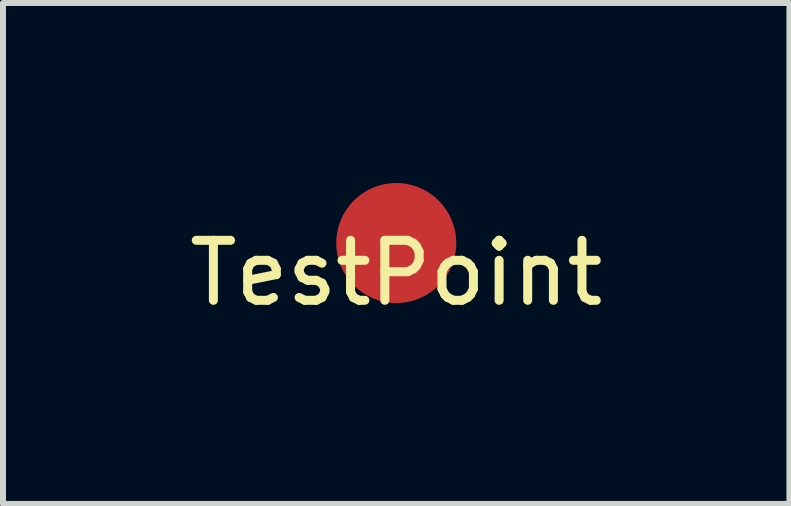
<source format=kicad_pcb>
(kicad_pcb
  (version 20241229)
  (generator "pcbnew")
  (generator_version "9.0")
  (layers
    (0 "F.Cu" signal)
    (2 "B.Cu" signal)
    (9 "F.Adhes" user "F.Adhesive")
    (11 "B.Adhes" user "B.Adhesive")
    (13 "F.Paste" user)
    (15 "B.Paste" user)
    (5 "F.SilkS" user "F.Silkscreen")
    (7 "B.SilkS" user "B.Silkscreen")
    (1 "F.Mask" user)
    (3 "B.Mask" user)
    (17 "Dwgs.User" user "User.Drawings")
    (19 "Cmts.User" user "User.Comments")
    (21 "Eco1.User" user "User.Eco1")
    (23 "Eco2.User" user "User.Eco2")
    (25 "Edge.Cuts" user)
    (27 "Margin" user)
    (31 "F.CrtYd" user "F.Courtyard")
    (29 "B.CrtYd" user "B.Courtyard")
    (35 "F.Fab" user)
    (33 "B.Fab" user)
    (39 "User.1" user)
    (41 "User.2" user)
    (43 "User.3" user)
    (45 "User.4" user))
  (footprint "TestPoint"
    (layer "F.Cu")
    (at 3.554 1)
    (property "Reference" "TestPoint" (at 0 0.5 0) (layer "F.SilkS") (effects (font (size 1 1) (thickness 0.15))))
    (attr through_hole)
    (pad "1" smd circle (at 0 0) (size 2 2) (layers "F.Cu" "F.Mask" "F.Paste")))
  (gr_rect
    (start -3 -3)
    (end 10.107 5.348)
    (stroke (width 0.1) (type default))
    (fill no)
    (layer "Edge.Cuts")))
</source>
